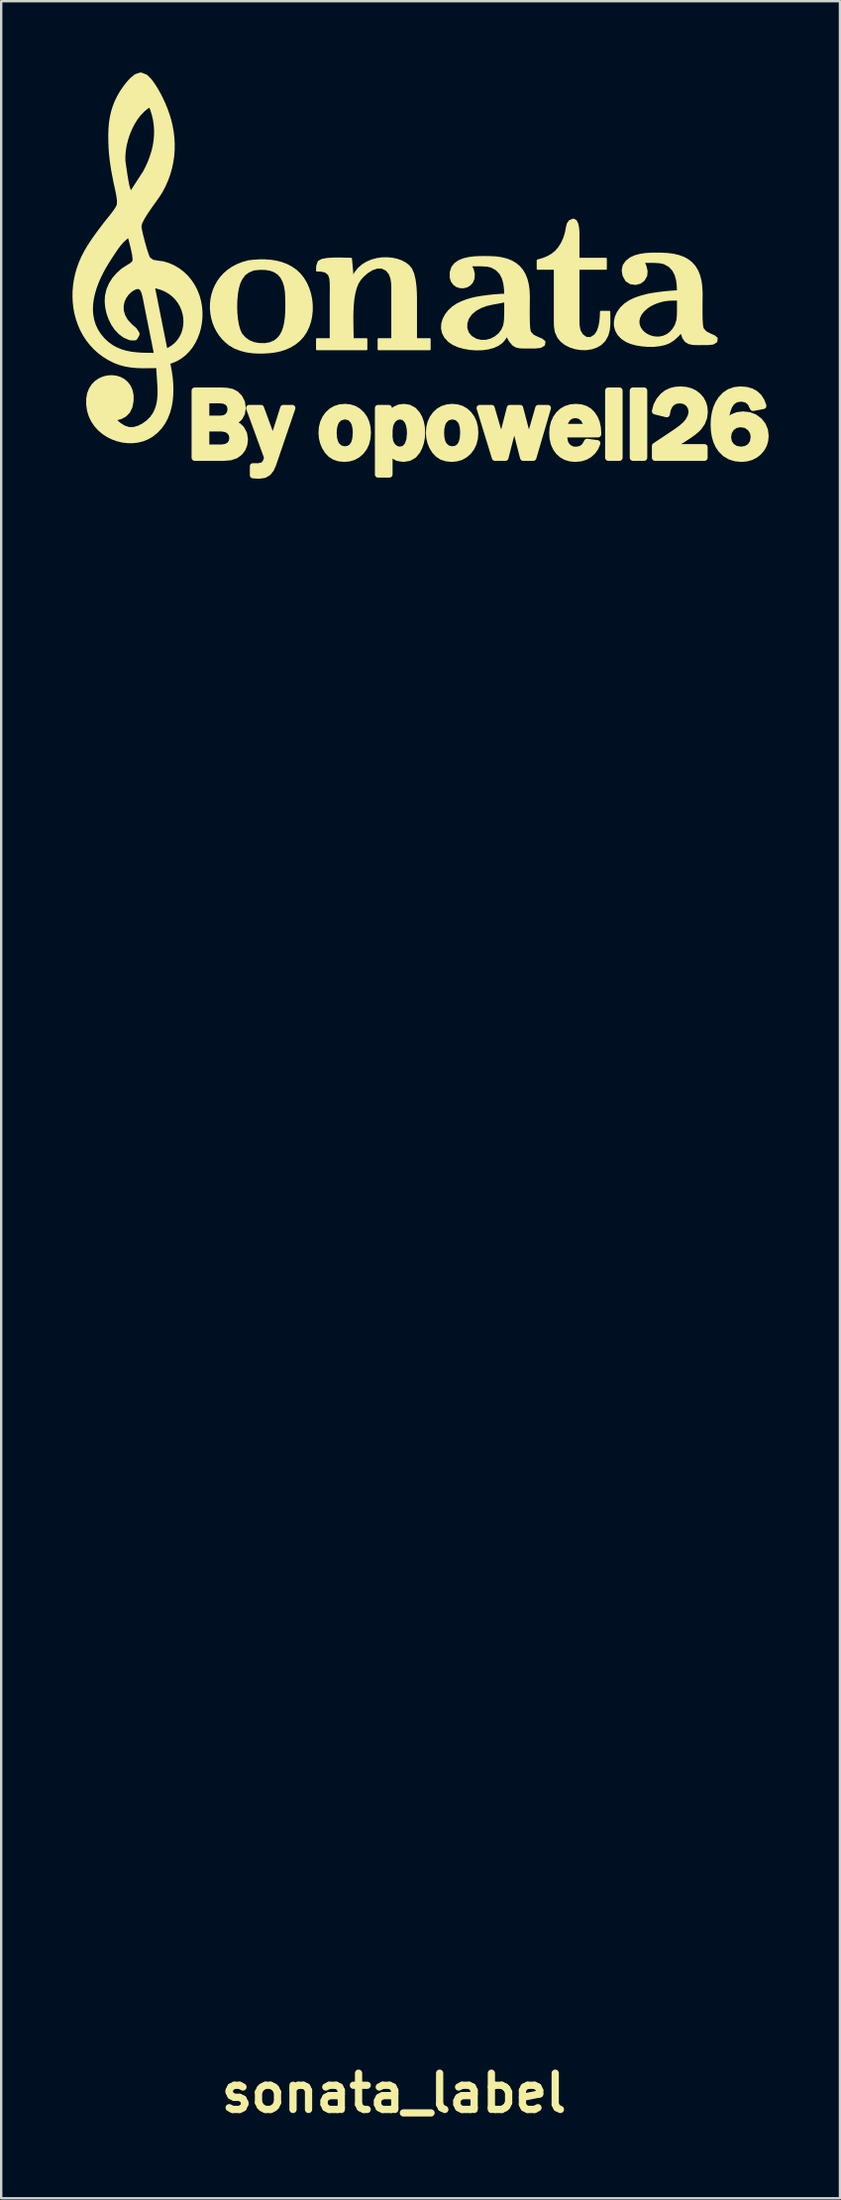
<source format=kicad_pcb>
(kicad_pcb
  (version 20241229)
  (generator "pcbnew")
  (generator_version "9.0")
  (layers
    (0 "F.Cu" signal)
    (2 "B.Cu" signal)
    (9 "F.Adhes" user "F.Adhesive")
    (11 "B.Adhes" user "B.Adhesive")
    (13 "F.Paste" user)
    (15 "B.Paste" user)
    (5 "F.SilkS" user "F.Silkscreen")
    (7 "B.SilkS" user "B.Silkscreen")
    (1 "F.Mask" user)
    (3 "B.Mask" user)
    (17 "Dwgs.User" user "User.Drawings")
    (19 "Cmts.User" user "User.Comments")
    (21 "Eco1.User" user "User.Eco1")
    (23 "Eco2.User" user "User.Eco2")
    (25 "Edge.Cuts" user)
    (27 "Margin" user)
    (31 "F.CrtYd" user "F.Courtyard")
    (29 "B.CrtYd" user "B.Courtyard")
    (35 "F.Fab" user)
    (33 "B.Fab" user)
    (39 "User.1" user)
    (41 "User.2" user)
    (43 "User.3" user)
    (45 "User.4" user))
  (footprint "sonata_label"
    (layer "F.Cu")
    (at 13.523 11.411)
    (property "Reference" "sonata_label" (at 0 73.56 0) (layer "F.SilkS") (effects (font (size 1.524 1.524) (thickness 0.305))))
    (attr exclude_from_pos_files exclude_from_bom)
    (fp_poly (pts (xy 9.489 4.787) (xy 9.018 4.787) (xy 9.018 1.966) (xy 9.489 1.966) (xy 9.489 4.787)) (stroke (width 0.265) (type solid)) (fill yes) (layer "F.SilkS"))
    (fp_poly (pts (xy 10.525 4.787) (xy 10.054 4.787) (xy 10.054 1.966) (xy 10.525 1.966) (xy 10.525 4.787)) (stroke (width 0.265) (type solid)) (fill yes) (layer "F.SilkS"))
    (fp_poly (pts (xy 6.474 2.699) (xy 5.862 4.787) (xy 5.438 4.787) (xy 5.062 3.324) (xy 4.688 4.787) (xy 4.252 4.787) (xy 3.609 2.699) (xy 4.109 2.699) (xy 4.52 4.103) (xy 4.88 2.699) (xy 5.308 2.699) (xy 5.674 4.103) (xy 6.077 2.699) (xy 6.474 2.699)) (stroke (width 0.265) (type solid)) (fill yes) (layer "F.SilkS"))
    (fp_poly (pts (xy -4.277 2.699) (xy -5.089 5.077) (xy -5.178 5.271) (xy -5.294 5.416) (xy -5.449 5.507) (xy -5.658 5.537) (xy -5.772 5.534) (xy -5.929 5.523) (xy -5.929 5.149) (xy -5.703 5.153) (xy -5.484 5.103) (xy -5.371 4.932) (xy -5.329 4.787) (xy -5.373 4.659) (xy -6.09 2.699) (xy -5.596 2.699) (xy -5.089 4.076) (xy -4.653 2.699) (xy -4.277 2.699)) (stroke (width 0.265) (type solid)) (fill yes) (layer "F.SilkS"))
    (fp_poly (pts (xy 13.065 4.347) (xy 13.065 4.787) (xy 10.986 4.787) (xy 10.986 4.293) (xy 11.85 3.718) (xy 12.089 3.546) (xy 12.27 3.388) (xy 12.392 3.243) (xy 12.495 3.043) (xy 12.53 2.861) (xy 12.495 2.668) (xy 12.392 2.509) (xy 12.232 2.402) (xy 12.032 2.367) (xy 11.855 2.39) (xy 11.711 2.461) (xy 11.6 2.579) (xy 11.521 2.744) (xy 11.476 2.956) (xy 10.986 2.834) (xy 11.048 2.595) (xy 11.159 2.381) (xy 11.319 2.191) (xy 11.469 2.073) (xy 11.641 1.989) (xy 11.834 1.939) (xy 12.048 1.922) (xy 12.27 1.939) (xy 12.469 1.989) (xy 12.643 2.072) (xy 12.795 2.189) (xy 12.917 2.33) (xy 13.004 2.49) (xy 13.056 2.667) (xy 13.074 2.863) (xy 13.046 3.095) (xy 12.963 3.311) (xy 12.826 3.51) (xy 12.723 3.612) (xy 12.579 3.729) (xy 12.394 3.861) (xy 12.169 4.008) (xy 11.903 4.17) (xy 11.596 4.347) (xy 13.065 4.347)) (stroke (width 0.265) (type solid)) (fill yes) (layer "F.SilkS"))
    (fp_poly (pts (xy -0.189 5.492) (xy -0.668 5.492) (xy -0.189 3.931) (xy -0.155 4.14) (xy -0.054 4.31) (xy 0.09 4.421) (xy 0.248 4.458) (xy 0.442 4.409) (xy 0.576 4.262) (xy 0.655 4.037) (xy 0.682 3.76) (xy 0.67 3.561) (xy 0.635 3.389) (xy 0.576 3.243) (xy 0.445 3.093) (xy 0.262 3.043) (xy 0.088 3.083) (xy -0.058 3.206) (xy -0.156 3.394) (xy -0.189 3.634) (xy -0.189 3.931) (xy -0.668 5.492) (xy -0.668 2.699) (xy -0.217 2.699) (xy -0.217 3.063) (xy -0.096 2.885) (xy 0.051 2.758) (xy 0.223 2.681) (xy 0.421 2.656) (xy 0.637 2.69) (xy 0.822 2.79) (xy 0.975 2.958) (xy 1.066 3.119) (xy 1.13 3.301) (xy 1.169 3.505) (xy 1.182 3.729) (xy 1.17 3.944) (xy 1.132 4.144) (xy 1.07 4.33) (xy 0.984 4.502) (xy 0.831 4.684) (xy 0.635 4.794) (xy 0.396 4.831) (xy 0.152 4.793) (xy -0.043 4.682) (xy -0.189 4.496) (xy -0.189 5.492)) (stroke (width 0.265) (type solid)) (fill yes) (layer "F.SilkS"))
    (fp_poly (pts (xy -8.38 4.787) (xy -7.899 3.15) (xy -7.279 3.15) (xy -7.108 3.122) (xy -6.979 3.036) (xy -6.895 2.907) (xy -6.867 2.747) (xy -6.899 2.578) (xy -6.993 2.462) (xy -7.13 2.392) (xy -7.289 2.369) (xy -7.899 2.369) (xy -7.899 3.15) (xy -8.38 4.787) (xy -8.38 1.966) (xy -7.281 1.966) (xy -7.025 1.98) (xy -6.818 2.023) (xy -6.915 3.667) (xy -7.057 3.582) (xy -7.239 3.553) (xy -7.899 3.553) (xy -7.899 4.363) (xy -7.241 4.363) (xy -7.055 4.336) (xy -6.913 4.254) (xy -6.821 4.125) (xy -6.791 3.958) (xy -6.822 3.796) (xy -6.915 3.667) (xy -6.818 2.023) (xy -6.646 2.113) (xy -6.499 2.265) (xy -6.398 2.465) (xy -6.365 2.697) (xy -6.399 2.916) (xy -6.501 3.105) (xy -6.664 3.245) (xy -6.878 3.324) (xy -6.695 3.373) (xy -6.545 3.454) (xy -6.427 3.566) (xy -6.312 3.773) (xy -6.274 4.016) (xy -6.298 4.222) (xy -6.369 4.406) (xy -6.489 4.566) (xy -6.657 4.689) (xy -6.876 4.763) (xy -7.146 4.787) (xy -8.38 4.787)) (stroke (width 0.265) (type solid)) (fill yes) (layer "F.SilkS"))
    (fp_poly (pts (xy -2.09 4.831) (xy -2.074 4.442) (xy -1.903 4.414) (xy -1.769 4.328) (xy -1.674 4.187) (xy -1.617 3.988) (xy -1.598 3.733) (xy -1.611 3.534) (xy -1.649 3.366) (xy -1.712 3.229) (xy -1.856 3.089) (xy -2.061 3.043) (xy -2.274 3.091) (xy -2.423 3.235) (xy -2.488 3.376) (xy -2.528 3.544) (xy -2.541 3.741) (xy -2.527 3.951) (xy -2.486 4.124) (xy -2.417 4.262) (xy -2.268 4.397) (xy -2.074 4.442) (xy -2.09 4.831) (xy -2.308 4.81) (xy -2.498 4.747) (xy -2.661 4.643) (xy -2.797 4.498) (xy -2.904 4.325) (xy -2.98 4.141) (xy -3.026 3.944) (xy -3.041 3.735) (xy -3.024 3.513) (xy -2.974 3.311) (xy -2.89 3.128) (xy -2.772 2.964) (xy -2.626 2.829) (xy -2.459 2.733) (xy -2.27 2.675) (xy -2.059 2.656) (xy -1.859 2.675) (xy -1.677 2.731) (xy -1.515 2.825) (xy -1.371 2.956) (xy -1.252 3.117) (xy -1.168 3.3) (xy -1.117 3.506) (xy -1.1 3.735) (xy -1.118 3.97) (xy -1.17 4.181) (xy -1.258 4.368) (xy -1.381 4.531) (xy -1.53 4.662) (xy -1.698 4.756) (xy -1.885 4.812) (xy -2.09 4.831)) (stroke (width 0.265) (type solid)) (fill yes) (layer "F.SilkS"))
    (fp_poly (pts (xy 2.428 4.831) (xy 2.445 4.442) (xy 2.616 4.414) (xy 2.749 4.328) (xy 2.844 4.187) (xy 2.901 3.988) (xy 2.92 3.733) (xy 2.908 3.534) (xy 2.87 3.366) (xy 2.807 3.229) (xy 2.662 3.089) (xy 2.457 3.043) (xy 2.245 3.091) (xy 2.096 3.235) (xy 2.03 3.376) (xy 1.991 3.544) (xy 1.978 3.741) (xy 1.992 3.951) (xy 2.033 4.124) (xy 2.102 4.262) (xy 2.251 4.397) (xy 2.445 4.442) (xy 2.428 4.831) (xy 2.211 4.81) (xy 2.02 4.747) (xy 1.857 4.643) (xy 1.721 4.498) (xy 1.615 4.325) (xy 1.539 4.141) (xy 1.493 3.944) (xy 1.478 3.735) (xy 1.494 3.513) (xy 1.545 3.311) (xy 1.629 3.128) (xy 1.746 2.964) (xy 1.892 2.829) (xy 2.06 2.733) (xy 2.249 2.675) (xy 2.459 2.656) (xy 2.66 2.675) (xy 2.841 2.731) (xy 3.004 2.825) (xy 3.148 2.956) (xy 3.266 3.117) (xy 3.351 3.3) (xy 3.402 3.506) (xy 3.419 3.735) (xy 3.401 3.97) (xy 3.348 4.181) (xy 3.26 4.368) (xy 3.137 4.531) (xy 2.988 4.662) (xy 2.821 4.756) (xy 2.634 4.812) (xy 2.428 4.831)) (stroke (width 0.265) (type solid)) (fill yes) (layer "F.SilkS"))
    (fp_poly (pts (xy 8.127 4.122) (xy 8.553 4.179) (xy 8.481 4.357) (xy 8.373 4.513) (xy 8.231 4.647) (xy 8.057 4.749) (xy 7.857 4.81) (xy 7.629 4.831) (xy 7.423 4.812) (xy 7.237 4.758) (xy 7.073 4.667) (xy 7.156 3.497) (xy 8.098 3.497) (xy 8.063 3.293) (xy 7.962 3.129) (xy 7.814 3.022) (xy 7.633 2.987) (xy 7.455 3.02) (xy 7.309 3.121) (xy 7.205 3.281) (xy 7.156 3.497) (xy 7.073 4.667) (xy 6.93 4.539) (xy 6.815 4.38) (xy 6.732 4.196) (xy 6.682 3.986) (xy 6.666 3.749) (xy 6.683 3.523) (xy 6.733 3.317) (xy 6.816 3.131) (xy 6.933 2.966) (xy 7.078 2.83) (xy 7.247 2.734) (xy 7.439 2.675) (xy 7.656 2.656) (xy 7.867 2.675) (xy 8.052 2.732) (xy 8.212 2.828) (xy 8.346 2.962) (xy 8.453 3.126) (xy 8.529 3.311) (xy 8.575 3.518) (xy 8.59 3.747) (xy 8.588 3.801) (xy 7.156 3.801) (xy 7.166 3.993) (xy 7.195 4.142) (xy 7.256 4.262) (xy 7.356 4.365) (xy 7.491 4.437) (xy 7.656 4.461) (xy 7.864 4.423) (xy 8.021 4.31) (xy 8.127 4.122) (xy 8.127 4.122)) (stroke (width 0.265) (type solid)) (fill yes) (layer "F.SilkS"))
    (fp_poly (pts (xy 15.538 2.608) (xy 15.108 2.691) (xy 14.999 2.471) (xy 14.834 2.338) (xy 14.612 2.294) (xy 14.396 2.329) (xy 14.228 2.433) (xy 14.107 2.606) (xy 14.028 2.817) (xy 13.98 3.035) (xy 13.965 3.262) (xy 13.967 3.398) (xy 14.585 3.371) (xy 14.368 3.411) (xy 14.198 3.53) (xy 14.088 3.708) (xy 14.051 3.921) (xy 14.089 4.134) (xy 14.202 4.306) (xy 14.378 4.419) (xy 14.603 4.456) (xy 14.813 4.422) (xy 14.986 4.32) (xy 15.104 4.145) (xy 15.143 3.898) (xy 15.106 3.712) (xy 14.994 3.539) (xy 14.818 3.413) (xy 14.585 3.371) (xy 13.967 3.398) (xy 14.091 3.213) (xy 14.254 3.08) (xy 14.455 3.001) (xy 14.694 2.974) (xy 14.947 3.003) (xy 15.17 3.087) (xy 15.364 3.229) (xy 15.513 3.413) (xy 15.603 3.626) (xy 15.633 3.869) (xy 15.615 4.066) (xy 15.561 4.246) (xy 15.471 4.409) (xy 15.345 4.556) (xy 15.192 4.676) (xy 15.021 4.762) (xy 14.831 4.813) (xy 14.622 4.831) (xy 14.365 4.807) (xy 14.136 4.735) (xy 13.937 4.615) (xy 13.766 4.448) (xy 13.654 4.283) (xy 13.568 4.095) (xy 13.506 3.885) (xy 13.468 3.652) (xy 13.456 3.396) (xy 13.468 3.144) (xy 13.505 2.911) (xy 13.565 2.698) (xy 13.651 2.505) (xy 13.76 2.331) (xy 13.926 2.152) (xy 14.118 2.025) (xy 14.335 1.948) (xy 14.578 1.922) (xy 14.819 1.941) (xy 15.028 1.998) (xy 15.204 2.094) (xy 15.347 2.227) (xy 15.459 2.399) (xy 15.538 2.608) (xy 15.538 2.608)) (stroke (width 0.265) (type solid)) (fill yes) (layer "F.SilkS"))
    (fp_poly (pts (xy 6.043 -3.512) (xy 6.272 -3.577) (xy 6.474 -3.66) (xy 6.652 -3.763) (xy 6.807 -3.889) (xy 6.942 -4.044) (xy 7.059 -4.229) (xy 7.16 -4.448) (xy 7.232 -4.686) (xy 7.27 -4.891) (xy 7.311 -5.054) (xy 7.391 -5.167) (xy 7.548 -5.234) (xy 7.654 -5.181) (xy 7.72 -5.048) (xy 7.755 -4.879) (xy 7.768 -4.713) (xy 7.77 -4.592) (xy 7.77 -4.434) (xy 7.77 -4.088) (xy 7.77 -3.742) (xy 7.77 -3.584) (xy 7.89 -3.584) (xy 8.176 -3.584) (xy 8.517 -3.584) (xy 8.802 -3.584) (xy 8.922 -3.584) (xy 8.922 -3.368) (xy 8.922 -3.152) (xy 8.802 -3.152) (xy 8.517 -3.152) (xy 8.176 -3.152) (xy 7.89 -3.152) (xy 7.77 -3.152) (xy 7.77 -3.078) (xy 7.77 -2.88) (xy 7.77 -2.593) (xy 7.77 -2.252) (xy 7.77 -1.894) (xy 7.77 -1.553) (xy 7.77 -1.266) (xy 7.77 -1.067) (xy 7.77 -0.993) (xy 7.775 -0.775) (xy 7.814 -0.563) (xy 7.926 -0.374) (xy 8.085 -0.26) (xy 8.27 -0.248) (xy 8.459 -0.365) (xy 8.566 -0.525) (xy 8.636 -0.724) (xy 8.678 -0.942) (xy 8.698 -1.159) (xy 8.706 -1.353) (xy 8.886 -1.353) (xy 9.066 -1.353) (xy 9.07 -1.102) (xy 9.072 -0.848) (xy 9.05 -0.597) (xy 8.987 -0.358) (xy 8.864 -0.138) (xy 8.713 0.012) (xy 8.529 0.122) (xy 8.319 0.194) (xy 8.094 0.228) (xy 7.861 0.226) (xy 7.631 0.189) (xy 7.411 0.119) (xy 7.211 0.018) (xy 7.041 -0.115) (xy 6.907 -0.277) (xy 6.804 -0.508) (xy 6.768 -0.742) (xy 6.763 -0.993) (xy 6.763 -1.067) (xy 6.763 -1.266) (xy 6.763 -1.553) (xy 6.763 -1.894) (xy 6.763 -2.252) (xy 6.763 -2.593) (xy 6.763 -2.88) (xy 6.763 -3.078) (xy 6.763 -3.152) (xy 6.576 -3.152) (xy 6.23 -3.152) (xy 6.043 -3.152) (xy 6.043 -3.332) (xy 6.043 -3.512)) (stroke (width 0.072) (type solid)) (fill yes) (layer "F.SilkS"))
    (fp_poly (pts (xy -6.119 -3.479) (xy -5.903 -3.122) (xy -6.121 -3.03) (xy -6.288 -2.906) (xy -6.422 -2.714) (xy -6.499 -2.55) (xy -6.557 -2.342) (xy -6.599 -2.101) (xy -6.623 -1.838) (xy -6.631 -1.564) (xy -6.622 -1.29) (xy -6.596 -1.028) (xy -6.554 -0.788) (xy -6.496 -0.582) (xy -6.422 -0.421) (xy -6.274 -0.251) (xy -6.1 -0.125) (xy -5.903 -0.042) (xy -5.687 -0.000293) (xy -5.429 0.005) (xy -5.212 -0.033) (xy -5.032 -0.11) (xy -4.888 -0.22) (xy -4.773 -0.359) (xy -4.686 -0.522) (xy -4.623 -0.704) (xy -4.58 -0.9) (xy -4.553 -1.106) (xy -4.538 -1.317) (xy -4.533 -1.527) (xy -4.534 -1.733) (xy -4.536 -1.929) (xy -4.551 -2.198) (xy -4.59 -2.432) (xy -4.655 -2.633) (xy -4.746 -2.801) (xy -4.864 -2.936) (xy -5.011 -3.037) (xy -5.187 -3.106) (xy -5.394 -3.143) (xy -5.632 -3.149) (xy -5.903 -3.122) (xy -6.119 -3.479) (xy -5.89 -3.505) (xy -5.657 -3.519) (xy -5.421 -3.519) (xy -5.187 -3.502) (xy -4.956 -3.466) (xy -4.731 -3.409) (xy -4.514 -3.328) (xy -4.309 -3.221) (xy -4.116 -3.086) (xy -3.953 -2.931) (xy -3.812 -2.753) (xy -3.694 -2.556) (xy -3.598 -2.342) (xy -3.525 -2.117) (xy -3.476 -1.883) (xy -3.451 -1.644) (xy -3.45 -1.405) (xy -3.474 -1.168) (xy -3.522 -0.937) (xy -3.596 -0.717) (xy -3.696 -0.51) (xy -3.821 -0.321) (xy -3.973 -0.154) (xy -4.156 -0.004) (xy -4.352 0.116) (xy -4.56 0.21) (xy -4.776 0.279) (xy -4.998 0.327) (xy -5.226 0.356) (xy -5.456 0.371) (xy -5.687 0.374) (xy -5.941 0.361) (xy -6.198 0.324) (xy -6.45 0.261) (xy -6.69 0.168) (xy -6.911 0.039) (xy -7.068 -0.085) (xy -7.209 -0.226) (xy -7.333 -0.379) (xy -7.44 -0.545) (xy -7.529 -0.72) (xy -7.601 -0.904) (xy -7.654 -1.094) (xy -7.689 -1.288) (xy -7.706 -1.486) (xy -7.704 -1.684) (xy -7.683 -1.881) (xy -7.643 -2.076) (xy -7.583 -2.266) (xy -7.503 -2.45) (xy -7.403 -2.626) (xy -7.283 -2.792) (xy -7.142 -2.946) (xy -6.98 -3.087) (xy -6.797 -3.213) (xy -6.593 -3.321) (xy -6.367 -3.41) (xy -6.119 -3.479)) (stroke (width 0.072) (type solid)) (fill yes) (layer "F.SilkS"))
    (fp_poly (pts (xy 3.236 -3.296) (xy 3.324 -3.126) (xy 3.367 -2.937) (xy 3.356 -2.748) (xy 3.294 -2.596) (xy 3.195 -2.483) (xy 3.069 -2.409) (xy 2.928 -2.374) (xy 2.782 -2.378) (xy 2.643 -2.422) (xy 2.523 -2.507) (xy 2.432 -2.633) (xy 2.382 -2.8) (xy 2.384 -3.009) (xy 2.448 -3.215) (xy 2.57 -3.372) (xy 2.737 -3.488) (xy 2.938 -3.567) (xy 3.16 -3.618) (xy 3.392 -3.646) (xy 3.622 -3.657) (xy 3.838 -3.658) (xy 4.028 -3.656) (xy 4.297 -3.642) (xy 4.541 -3.606) (xy 4.761 -3.549) (xy 4.676 -1.785) (xy 4.421 -1.733) (xy 4.166 -1.688) (xy 3.913 -1.632) (xy 3.668 -1.544) (xy 3.449 -1.425) (xy 3.257 -1.266) (xy 3.123 -1.077) (xy 3.054 -0.87) (xy 3.051 -0.663) (xy 3.116 -0.469) (xy 3.25 -0.304) (xy 3.454 -0.183) (xy 3.662 -0.132) (xy 3.872 -0.135) (xy 4.075 -0.187) (xy 4.262 -0.283) (xy 4.424 -0.416) (xy 4.551 -0.583) (xy 4.635 -0.778) (xy 4.666 -0.988) (xy 4.677 -1.268) (xy 4.678 -1.555) (xy 4.676 -1.785) (xy 4.761 -3.549) (xy 4.956 -3.469) (xy 5.128 -3.367) (xy 5.276 -3.242) (xy 5.4 -3.095) (xy 5.502 -2.923) (xy 5.581 -2.729) (xy 5.637 -2.51) (xy 5.671 -2.268) (xy 5.683 -2.001) (xy 5.682 -1.811) (xy 5.679 -1.534) (xy 5.678 -1.216) (xy 5.683 -0.906) (xy 5.698 -0.652) (xy 5.727 -0.5) (xy 5.854 -0.358) (xy 6.042 -0.265) (xy 6.224 -0.188) (xy 6.338 -0.095) (xy 6.319 0.046) (xy 6.167 0.136) (xy 5.946 0.159) (xy 5.755 0.158) (xy 5.495 0.16) (xy 5.294 0.152) (xy 5.136 0.116) (xy 5.004 0.034) (xy 4.88 -0.114) (xy 4.748 -0.346) (xy 4.647 -0.185) (xy 4.543 -0.065) (xy 4.385 0.048) (xy 4.195 0.136) (xy 3.971 0.197) (xy 3.724 0.231) (xy 3.463 0.238) (xy 3.199 0.219) (xy 2.942 0.175) (xy 2.703 0.106) (xy 2.491 0.013) (xy 2.316 -0.104) (xy 2.154 -0.278) (xy 2.056 -0.465) (xy 2.016 -0.66) (xy 2.029 -0.856) (xy 2.087 -1.049) (xy 2.186 -1.232) (xy 2.318 -1.399) (xy 2.479 -1.546) (xy 2.661 -1.666) (xy 2.849 -1.758) (xy 3.046 -1.834) (xy 3.249 -1.896) (xy 3.452 -1.943) (xy 3.673 -1.981) (xy 3.928 -2.016) (xy 4.195 -2.045) (xy 4.452 -2.065) (xy 4.676 -2.073) (xy 4.667 -2.309) (xy 4.637 -2.541) (xy 4.576 -2.76) (xy 4.474 -2.957) (xy 4.318 -3.121) (xy 4.1 -3.243) (xy 3.916 -3.283) (xy 3.68 -3.298) (xy 3.438 -3.298) (xy 3.236 -3.296)) (stroke (width 0.072) (type solid)) (fill yes) (layer "F.SilkS"))
    (fp_poly (pts (xy -3.241 -3.08) (xy -3.233 -3.278) (xy -3.169 -3.459) (xy -3.032 -3.536) (xy -2.804 -3.578) (xy -2.527 -3.594) (xy -2.24 -3.595) (xy -1.985 -3.588) (xy -1.801 -3.584) (xy -1.79 -3.461) (xy -1.765 -3.188) (xy -1.74 -2.916) (xy -1.729 -2.793) (xy -1.624 -2.997) (xy -1.487 -3.17) (xy -1.323 -3.314) (xy -1.137 -3.427) (xy -0.935 -3.513) (xy -0.722 -3.571) (xy -0.504 -3.602) (xy -0.285 -3.607) (xy -0.072 -3.588) (xy 0.131 -3.544) (xy 0.317 -3.478) (xy 0.483 -3.39) (xy 0.622 -3.28) (xy 0.728 -3.15) (xy 0.817 -2.947) (xy 0.877 -2.695) (xy 0.912 -2.421) (xy 0.929 -2.156) (xy 0.934 -1.929) (xy 0.934 -1.833) (xy 0.934 -1.587) (xy 0.934 -1.249) (xy 0.934 -0.882) (xy 0.934 -0.544) (xy 0.934 -0.297) (xy 0.934 -0.202) (xy 1.083 -0.202) (xy 1.36 -0.202) (xy 1.509 -0.202) (xy 1.509 0.014) (xy 1.509 0.23) (xy 1.435 0.23) (xy 1.237 0.23) (xy 0.95 0.23) (xy 0.609 0.23) (xy 0.251 0.23) (xy -0.09 0.23) (xy -0.377 0.23) (xy -0.576 0.23) (xy -0.65 0.23) (xy -0.65 0.014) (xy -0.65 -0.202) (xy -0.5 -0.202) (xy -0.223 -0.202) (xy -0.074 -0.202) (xy -0.074 -0.276) (xy -0.074 -0.474) (xy -0.074 -0.762) (xy -0.074 -1.102) (xy -0.074 -1.46) (xy -0.074 -1.801) (xy -0.074 -2.088) (xy -0.074 -2.287) (xy -0.074 -2.361) (xy -0.082 -2.563) (xy -0.114 -2.766) (xy -0.187 -2.953) (xy -0.318 -3.109) (xy -0.508 -3.201) (xy -0.711 -3.2) (xy -0.916 -3.129) (xy -1.11 -3.01) (xy -1.279 -2.866) (xy -1.413 -2.719) (xy -1.518 -2.554) (xy -1.598 -2.358) (xy -1.657 -2.137) (xy -1.698 -1.897) (xy -1.724 -1.645) (xy -1.738 -1.386) (xy -1.743 -1.126) (xy -1.741 -0.872) (xy -1.737 -0.629) (xy -1.732 -0.403) (xy -1.729 -0.202) (xy -1.58 -0.202) (xy -1.303 -0.202) (xy -1.154 -0.202) (xy -1.154 0.014) (xy -1.154 0.23) (xy -1.243 0.23) (xy -1.48 0.23) (xy -1.814 0.23) (xy -2.197 0.23) (xy -2.58 0.23) (xy -2.914 0.23) (xy -3.151 0.23) (xy -3.241 0.23) (xy -3.241 0.014) (xy -3.241 -0.202) (xy -3.091 -0.202) (xy -2.814 -0.202) (xy -2.665 -0.202) (xy -2.665 -0.285) (xy -2.665 -0.505) (xy -2.665 -0.817) (xy -2.665 -1.173) (xy -2.665 -1.53) (xy -2.665 -1.841) (xy -2.665 -2.061) (xy -2.665 -2.145) (xy -2.662 -2.324) (xy -2.664 -2.544) (xy -2.684 -2.757) (xy -2.738 -2.914) (xy -2.879 -3.033) (xy -3.055 -3.073) (xy -3.241 -3.08)) (stroke (width 0.072) (type solid)) (fill yes) (layer "F.SilkS"))
    (fp_poly (pts (xy 10.514 -3.44) (xy 10.593 -3.254) (xy 10.637 -3.059) (xy 10.62 -2.865) (xy 10.514 -2.68) (xy 10.361 -2.564) (xy 10.163 -2.515) (xy 9.955 -2.543) (xy 9.774 -2.657) (xy 9.657 -2.866) (xy 9.618 -3.082) (xy 9.657 -3.293) (xy 9.78 -3.469) (xy 9.944 -3.6) (xy 10.139 -3.691) (xy 10.354 -3.75) (xy 10.58 -3.784) (xy 10.808 -3.799) (xy 11.026 -3.802) (xy 11.225 -3.8) (xy 11.502 -3.787) (xy 11.755 -3.755) (xy 11.982 -3.702) (xy 11.944 -1.857) (xy 11.736 -1.856) (xy 11.546 -1.847) (xy 11.358 -1.822) (xy 11.153 -1.769) (xy 10.98 -1.706) (xy 10.807 -1.623) (xy 10.653 -1.523) (xy 10.494 -1.38) (xy 10.383 -1.236) (xy 10.317 -1.093) (xy 10.292 -0.953) (xy 10.302 -0.82) (xy 10.345 -0.696) (xy 10.415 -0.583) (xy 10.509 -0.484) (xy 10.623 -0.4) (xy 10.752 -0.335) (xy 10.893 -0.291) (xy 11.041 -0.271) (xy 11.192 -0.276) (xy 11.342 -0.31) (xy 11.487 -0.374) (xy 11.623 -0.472) (xy 11.745 -0.606) (xy 11.85 -0.778) (xy 11.918 -0.987) (xy 11.941 -1.205) (xy 11.944 -1.425) (xy 11.944 -1.641) (xy 11.944 -1.857) (xy 11.982 -3.702) (xy 12.185 -3.628) (xy 12.364 -3.531) (xy 12.518 -3.411) (xy 12.649 -3.266) (xy 12.756 -3.096) (xy 12.839 -2.9) (xy 12.9 -2.677) (xy 12.937 -2.425) (xy 12.952 -2.145) (xy 12.951 -1.953) (xy 12.948 -1.676) (xy 12.947 -1.359) (xy 12.951 -1.051) (xy 12.966 -0.796) (xy 12.995 -0.644) (xy 13.121 -0.5) (xy 13.301 -0.405) (xy 13.476 -0.328) (xy 13.586 -0.236) (xy 13.571 -0.096) (xy 13.425 -0.006) (xy 13.21 0.016) (xy 13.024 0.014) (xy 12.791 0.017) (xy 12.589 0.011) (xy 12.417 -0.023) (xy 12.276 -0.105) (xy 12.167 -0.254) (xy 12.088 -0.49) (xy 11.932 -0.326) (xy 11.773 -0.181) (xy 11.582 -0.058) (xy 11.395 0.016) (xy 11.176 0.064) (xy 10.935 0.089) (xy 10.682 0.09) (xy 10.43 0.07) (xy 10.189 0.03) (xy 9.971 -0.03) (xy 9.785 -0.107) (xy 9.586 -0.239) (xy 9.438 -0.395) (xy 9.341 -0.569) (xy 9.292 -0.756) (xy 9.291 -0.95) (xy 9.334 -1.144) (xy 9.422 -1.333) (xy 9.551 -1.511) (xy 9.721 -1.672) (xy 9.929 -1.81) (xy 10.16 -1.917) (xy 10.403 -1.998) (xy 10.649 -2.064) (xy 10.867 -2.106) (xy 11.144 -2.146) (xy 11.44 -2.181) (xy 11.72 -2.205) (xy 11.944 -2.217) (xy 11.935 -2.453) (xy 11.906 -2.685) (xy 11.845 -2.904) (xy 11.742 -3.101) (xy 11.587 -3.265) (xy 11.369 -3.387) (xy 11.184 -3.427) (xy 10.949 -3.441) (xy 10.711 -3.442) (xy 10.514 -3.44)) (stroke (width 0.072) (type solid)) (fill yes) (layer "F.SilkS"))
    (fp_poly (pts (xy -9.861 0.878) (xy -11.315 -6.869) (xy -11.267 -6.626) (xy -11.195 -6.392) (xy -11.085 -6.175) (xy -11.017 -6.28) (xy -10.854 -6.53) (xy -10.661 -6.828) (xy -10.498 -7.078) (xy -10.43 -7.183) (xy -10.318 -7.402) (xy -10.219 -7.623) (xy -10.135 -7.847) (xy -10.065 -8.072) (xy -10.011 -8.298) (xy -9.973 -8.526) (xy -9.953 -8.755) (xy -9.949 -8.984) (xy -9.964 -9.214) (xy -9.998 -9.444) (xy -10.052 -9.674) (xy -10.126 -9.904) (xy -10.221 -10.133) (xy -10.414 -10.022) (xy -10.592 -9.879) (xy -10.756 -9.711) (xy -10.903 -9.519) (xy -11.034 -9.31) (xy -11.148 -9.086) (xy -11.244 -8.853) (xy -11.322 -8.614) (xy -11.381 -8.374) (xy -11.42 -8.136) (xy -11.44 -7.906) (xy -11.438 -7.686) (xy -11.417 -7.537) (xy -11.376 -7.26) (xy -11.355 -7.111) (xy -11.315 -6.869) (xy -9.861 0.878) (xy -10.102 0.88) (xy -11.508 0.362) (xy -11.296 0.423) (xy -11.079 0.467) (xy -10.857 0.494) (xy -10.631 0.51) (xy -10.401 0.516) (xy -10.168 0.518) (xy -9.933 0.518) (xy -9.949 0.439) (xy -9.992 0.227) (xy -10.053 -0.079) (xy -10.126 -0.442) (xy -10.203 -0.825) (xy -10.276 -1.188) (xy -10.337 -1.494) (xy -10.38 -1.706) (xy -10.395 -1.785) (xy -10.431 -1.971) (xy -10.487 -2.19) (xy -10.581 -2.374) (xy -10.735 -2.454) (xy -10.87 -2.434) (xy -11.012 -2.373) (xy -11.152 -2.275) (xy -11.282 -2.144) (xy -11.391 -1.984) (xy -11.471 -1.802) (xy -11.512 -1.6) (xy -11.506 -1.384) (xy -11.442 -1.159) (xy -11.312 -0.928) (xy -11.116 -0.719) (xy -10.937 -0.563) (xy -10.842 -0.416) (xy -10.916 -0.285) (xy -11.086 -0.29) (xy -11.293 -0.379) (xy -11.477 -0.512) (xy -11.637 -0.68) (xy -11.771 -0.876) (xy -11.878 -1.093) (xy -11.958 -1.321) (xy -12.008 -1.555) (xy -12.028 -1.785) (xy -12.017 -2.004) (xy -11.96 -2.252) (xy -11.862 -2.482) (xy -11.728 -2.693) (xy -11.563 -2.883) (xy -11.373 -3.052) (xy -11.202 -3.164) (xy -11.005 -3.286) (xy -10.877 -3.404) (xy -10.852 -3.544) (xy -10.873 -3.755) (xy -10.925 -4.004) (xy -10.988 -4.26) (xy -11.048 -4.491) (xy -11.085 -4.664) (xy -11.284 -4.544) (xy -11.455 -4.396) (xy -11.605 -4.227) (xy -11.741 -4.043) (xy -11.869 -3.851) (xy -11.997 -3.656) (xy -12.122 -3.461) (xy -12.244 -3.256) (xy -12.359 -3.044) (xy -12.466 -2.825) (xy -12.562 -2.601) (xy -12.645 -2.373) (xy -12.713 -2.142) (xy -12.764 -1.91) (xy -12.795 -1.677) (xy -12.805 -1.446) (xy -12.79 -1.216) (xy -12.75 -0.99) (xy -12.682 -0.768) (xy -12.583 -0.552) (xy -12.451 -0.343) (xy -12.285 -0.143) (xy -12.102 0.029) (xy -11.912 0.168) (xy -11.713 0.277) (xy -11.508 0.362) (xy -10.102 0.88) (xy -10.341 0.883) (xy -10.577 0.884) (xy -10.812 0.876) (xy -11.046 0.855) (xy -11.277 0.817) (xy -11.506 0.756) (xy -11.733 0.669) (xy -11.958 0.555) (xy -12.167 0.425) (xy -12.359 0.28) (xy -12.534 0.121) (xy -12.692 -0.049) (xy -12.834 -0.232) (xy -12.96 -0.424) (xy -13.068 -0.626) (xy -13.161 -0.836) (xy -13.237 -1.053) (xy -13.298 -1.275) (xy -13.342 -1.503) (xy -13.37 -1.734) (xy -13.382 -1.969) (xy -13.379 -2.204) (xy -13.36 -2.44) (xy -13.325 -2.676) (xy -13.274 -2.91) (xy -13.209 -3.141) (xy -13.127 -3.368) (xy -13.03 -3.593) (xy -12.918 -3.811) (xy -12.795 -4.023) (xy -12.663 -4.23) (xy -12.523 -4.433) (xy -12.378 -4.633) (xy -12.231 -4.829) (xy -12.083 -5.024) (xy -11.942 -5.199) (xy -11.769 -5.416) (xy -11.611 -5.634) (xy -11.519 -5.815) (xy -11.509 -6.025) (xy -11.55 -6.307) (xy -11.61 -6.595) (xy -11.661 -6.823) (xy -11.712 -7.086) (xy -11.757 -7.33) (xy -11.794 -7.561) (xy -11.824 -7.787) (xy -11.848 -8.013) (xy -11.864 -8.247) (xy -11.874 -8.496) (xy -11.877 -8.766) (xy -11.87 -9.019) (xy -11.851 -9.261) (xy -11.817 -9.493) (xy -11.768 -9.718) (xy -11.702 -9.936) (xy -11.618 -10.15) (xy -11.515 -10.361) (xy -11.392 -10.571) (xy -11.246 -10.781) (xy -11.134 -10.924) (xy -10.986 -11.085) (xy -10.821 -11.216) (xy -10.654 -11.27) (xy -10.463 -11.195) (xy -10.299 -11.027) (xy -10.175 -10.853) (xy -10.06 -10.673) (xy -9.948 -10.475) (xy -9.842 -10.266) (xy -9.742 -10.05) (xy -9.653 -9.832) (xy -9.576 -9.618) (xy -9.513 -9.414) (xy -9.452 -9.161) (xy -9.406 -8.909) (xy -9.377 -8.656) (xy -9.363 -8.405) (xy -9.366 -8.154) (xy -9.385 -7.904) (xy -9.421 -7.657) (xy -9.473 -7.412) (xy -9.542 -7.17) (xy -9.628 -6.93) (xy -9.732 -6.695) (xy -9.852 -6.463) (xy -9.965 -6.285) (xy -10.119 -6.065) (xy -10.294 -5.821) (xy -10.467 -5.569) (xy -10.618 -5.328) (xy -10.724 -5.117) (xy -10.765 -4.952) (xy -10.743 -4.793) (xy -9.646 0.374) (xy -9.451 0.292) (xy -9.279 0.189) (xy -9.13 0.068) (xy -9.005 -0.07) (xy -8.902 -0.222) (xy -8.821 -0.385) (xy -8.763 -0.556) (xy -8.728 -0.734) (xy -8.714 -0.916) (xy -8.723 -1.099) (xy -8.753 -1.281) (xy -8.805 -1.46) (xy -8.878 -1.633) (xy -8.973 -1.797) (xy -9.089 -1.951) (xy -9.226 -2.091) (xy -9.384 -2.215) (xy -9.563 -2.321) (xy -9.762 -2.406) (xy -9.981 -2.468) (xy -10.221 -2.505) (xy -10.21 -2.448) (xy -10.179 -2.291) (xy -10.131 -2.055) (xy -10.072 -1.758) (xy -10.005 -1.422) (xy -9.933 -1.065) (xy -9.862 -0.709) (xy -9.795 -0.372) (xy -9.736 -0.076) (xy -9.688 0.161) (xy -9.657 0.317) (xy -9.646 0.374) (xy -10.743 -4.793) (xy -10.685 -4.533) (xy -10.605 -4.224) (xy -10.517 -3.92) (xy -10.434 -3.672) (xy -10.37 -3.535) (xy -10.181 -3.403) (xy -9.951 -3.361) (xy -9.718 -3.33) (xy -9.506 -3.265) (xy -9.298 -3.172) (xy -9.102 -3.055) (xy -8.927 -2.921) (xy -8.759 -2.758) (xy -8.614 -2.58) (xy -8.491 -2.391) (xy -8.39 -2.191) (xy -8.31 -1.984) (xy -8.251 -1.771) (xy -8.213 -1.554) (xy -8.195 -1.336) (xy -8.196 -1.118) (xy -8.217 -0.902) (xy -8.256 -0.69) (xy -8.313 -0.485) (xy -8.388 -0.289) (xy -8.48 -0.103) (xy -8.589 0.071) (xy -8.715 0.229) (xy -8.857 0.372) (xy -9.014 0.495) (xy -9.186 0.598) (xy -9.373 0.678) (xy -9.574 0.734) (xy -9.524 0.955) (xy -9.482 1.185) (xy -9.449 1.421) (xy -9.427 1.662) (xy -9.418 1.905) (xy -9.425 2.147) (xy -9.447 2.387) (xy -9.488 2.621) (xy -9.55 2.847) (xy -9.633 3.064) (xy -9.74 3.268) (xy -9.872 3.457) (xy -10.032 3.629) (xy -10.221 3.782) (xy -10.4 3.886) (xy -10.591 3.964) (xy -10.791 4.013) (xy -10.998 4.037) (xy -11.207 4.035) (xy -11.416 4.009) (xy -11.622 3.958) (xy -11.821 3.885) (xy -12.011 3.789) (xy -12.188 3.672) (xy -12.349 3.534) (xy -12.491 3.376) (xy -12.611 3.199) (xy -12.705 3.004) (xy -12.771 2.792) (xy -12.805 2.562) (xy -12.805 2.317) (xy -12.77 2.115) (xy -12.702 1.939) (xy -12.606 1.79) (xy -12.486 1.669) (xy -12.348 1.574) (xy -12.197 1.507) (xy -12.038 1.468) (xy -11.877 1.457) (xy -11.717 1.473) (xy -11.565 1.518) (xy -11.425 1.591) (xy -11.303 1.693) (xy -11.204 1.823) (xy -11.132 1.983) (xy -11.093 2.171) (xy -11.093 2.389) (xy -11.138 2.628) (xy -11.226 2.81) (xy -11.354 2.941) (xy -11.519 3.03) (xy -11.718 3.083) (xy -11.949 3.109) (xy -11.776 3.277) (xy -11.591 3.437) (xy -11.387 3.565) (xy -11.157 3.64) (xy -10.932 3.637) (xy -10.711 3.573) (xy -10.509 3.469) (xy -10.305 3.32) (xy -10.143 3.156) (xy -10.019 2.979) (xy -9.928 2.792) (xy -9.865 2.596) (xy -9.826 2.391) (xy -9.807 2.181) (xy -9.804 1.965) (xy -9.811 1.747) (xy -9.825 1.528) (xy -9.841 1.309) (xy -9.855 1.092) (xy -9.861 0.878)) (stroke (width 0.282) (type solid)) (fill yes) (layer "F.SilkS")))
  (gr_rect
    (start -3 -3)
    (end 32.288 89.397)
    (stroke (width 0.1) (type default))
    (fill no)
    (layer "Edge.Cuts")))
</source>
